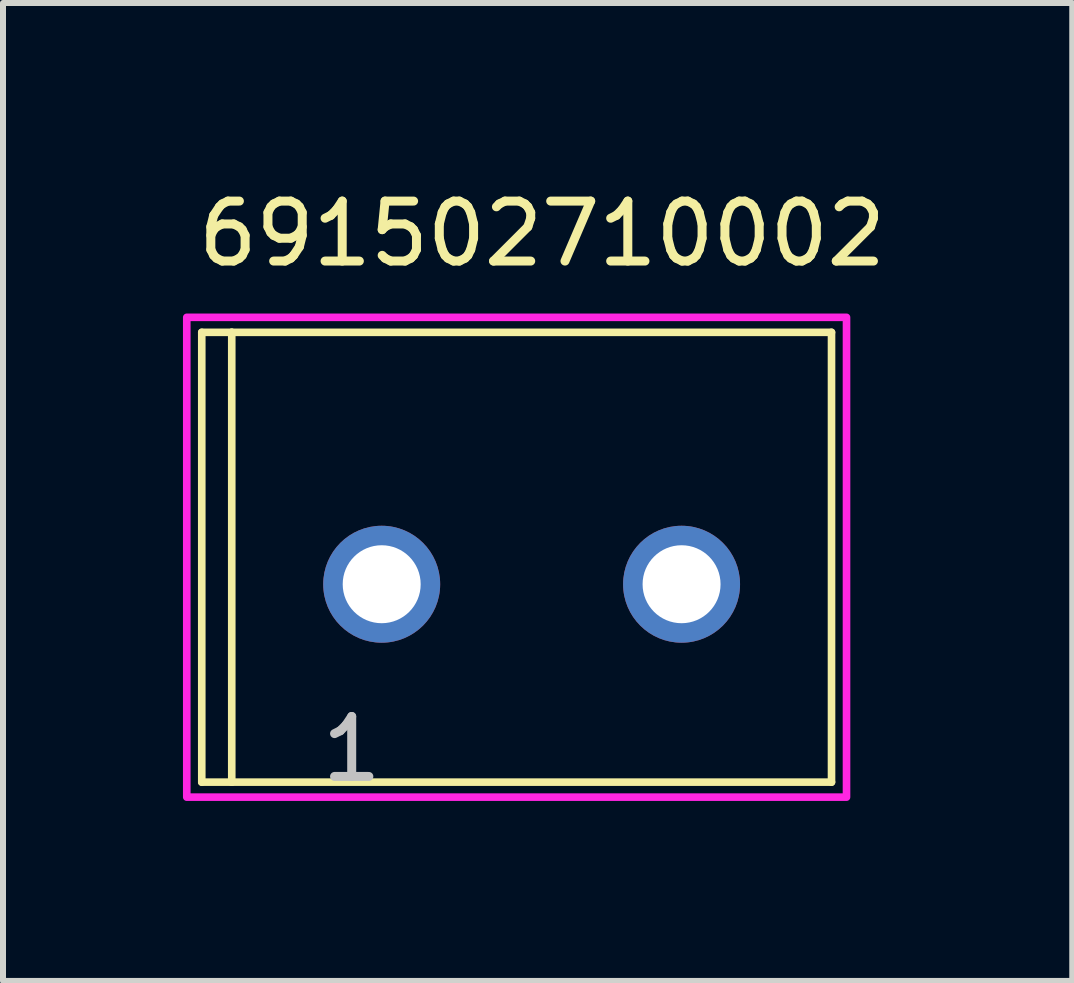
<source format=kicad_pcb>
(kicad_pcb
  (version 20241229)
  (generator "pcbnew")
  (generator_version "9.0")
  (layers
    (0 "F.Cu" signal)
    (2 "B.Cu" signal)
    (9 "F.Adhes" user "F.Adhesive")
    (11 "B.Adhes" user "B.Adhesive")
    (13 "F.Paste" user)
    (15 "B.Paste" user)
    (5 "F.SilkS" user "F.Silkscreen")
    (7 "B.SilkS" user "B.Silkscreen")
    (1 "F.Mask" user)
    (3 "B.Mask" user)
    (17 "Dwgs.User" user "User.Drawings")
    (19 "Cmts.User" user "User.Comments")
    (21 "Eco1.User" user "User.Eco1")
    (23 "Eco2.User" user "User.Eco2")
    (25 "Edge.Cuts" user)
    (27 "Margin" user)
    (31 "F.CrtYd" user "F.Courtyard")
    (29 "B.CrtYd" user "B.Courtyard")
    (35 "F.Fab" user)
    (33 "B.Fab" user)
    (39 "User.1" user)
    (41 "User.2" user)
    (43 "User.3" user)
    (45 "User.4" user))
  (footprint "691502710002"
    (layer "F.Cu")
    (at 5.814 6.691)
    (property "Reference" "691502710002" (at 0.175 -5.843 0) (layer "F.SilkS") (effects (font (size 1 1) (thickness 0.15))))
    (attr through_hole)
    (fp_line (start -5.5 -4.2) (end -5 -4.2) (stroke (width 0.127) (type solid)) (layer "F.SilkS"))
    (fp_line (start -5.5 3.3) (end -5.5 -4.2) (stroke (width 0.127) (type solid)) (layer "F.SilkS"))
    (fp_line (start -5 -4.2) (end -5 3.3) (stroke (width 0.127) (type solid)) (layer "F.SilkS"))
    (fp_line (start -5 -4.2) (end 5 -4.2) (stroke (width 0.127) (type solid)) (layer "F.SilkS"))
    (fp_line (start -5 3.3) (end -5.5 3.3) (stroke (width 0.127) (type solid)) (layer "F.SilkS"))
    (fp_line (start 5 -4.2) (end 5 3.3) (stroke (width 0.127) (type solid)) (layer "F.SilkS"))
    (fp_line (start 5 3.3) (end -5 3.3) (stroke (width 0.127) (type solid)) (layer "F.SilkS"))
    (fp_poly (pts (xy -5.75 -4.45) (xy 5.25 -4.45) (xy 5.25 3.55) (xy -5.75 3.55)) (stroke (width 0.127) (type solid)) (fill no) (layer "F.CrtYd"))
    (fp_text user "1" (at -3 2.75 0) (layer "Dwgs.User") (effects (font (size 1 1) (thickness 0.15))))
    (pad "1" thru_hole circle (at -2.5 0) (size 1.95 1.95) (drill 1.3) (layers "*.Cu" "*.Mask"))
    (pad "2" thru_hole circle (at 2.5 0) (size 1.95 1.95) (drill 1.3) (layers "*.Cu" "*.Mask")))
  (gr_rect
    (start -3 -3)
    (end 14.828 13.305)
    (stroke (width 0.1) (type default))
    (fill no)
    (layer "Edge.Cuts")))
</source>
